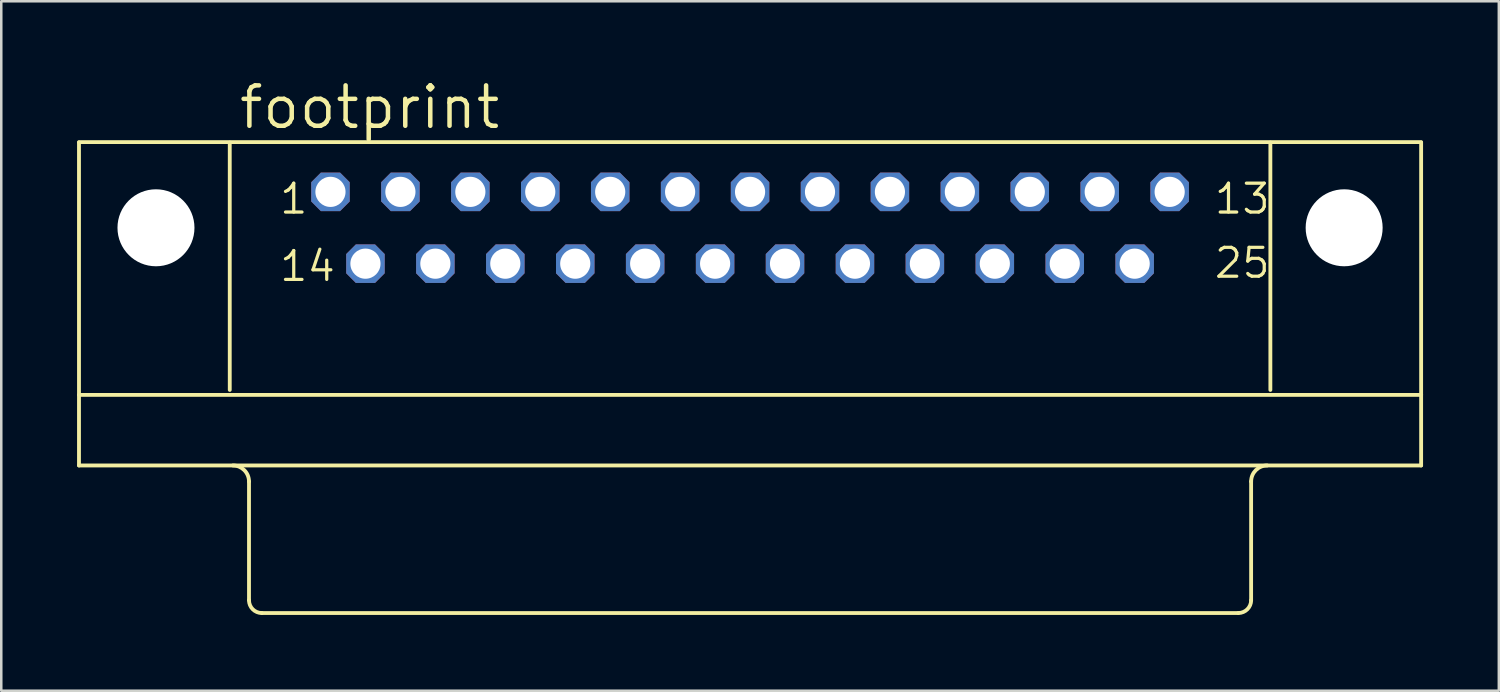
<source format=kicad_pcb>
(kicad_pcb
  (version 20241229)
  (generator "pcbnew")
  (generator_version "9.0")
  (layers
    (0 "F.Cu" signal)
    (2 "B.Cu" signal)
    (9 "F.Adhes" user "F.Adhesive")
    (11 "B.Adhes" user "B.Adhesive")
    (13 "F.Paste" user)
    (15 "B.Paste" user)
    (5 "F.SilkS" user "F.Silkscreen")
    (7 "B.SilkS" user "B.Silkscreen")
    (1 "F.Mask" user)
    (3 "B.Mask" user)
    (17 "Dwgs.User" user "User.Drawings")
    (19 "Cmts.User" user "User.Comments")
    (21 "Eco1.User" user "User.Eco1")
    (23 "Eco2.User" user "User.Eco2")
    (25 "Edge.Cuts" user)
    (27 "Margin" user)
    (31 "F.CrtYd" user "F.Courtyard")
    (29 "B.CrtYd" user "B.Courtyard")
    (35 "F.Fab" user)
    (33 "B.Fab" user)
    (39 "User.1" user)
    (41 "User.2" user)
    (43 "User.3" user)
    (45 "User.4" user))
  (footprint "footprint"
    (layer "F.Cu")
    (at 26.645 15.469)
    (property "Reference" "footprint" (at -20.32 -13.335 0) (layer "F.SilkS") (effects (font (size 1.6 1.6) (thickness 0.178)) (justify left bottom)))
    (fp_line (start -26.568 -12.875) (end -26.568 -0.091) (stroke (width 0.152) (type solid)) (layer "F.SilkS"))
    (fp_line (start -20.599 -12.875) (end -20.599 -3.082) (stroke (width 0.152) (type solid)) (layer "F.SilkS"))
    (fp_line (start -19.837 0.544) (end -19.837 5.243) (stroke (width 0.152) (type solid)) (layer "F.SilkS"))
    (fp_line (start 19.329 5.751) (end -19.329 5.751) (stroke (width 0.152) (type solid)) (layer "F.SilkS"))
    (fp_line (start 19.837 0.544) (end 19.837 5.243) (stroke (width 0.152) (type solid)) (layer "F.SilkS"))
    (fp_line (start 20.599 -3.082) (end 20.599 -12.875) (stroke (width 0.152) (type solid)) (layer "F.SilkS"))
    (fp_line (start 26.568 -12.893) (end -26.568 -12.893) (stroke (width 0.152) (type solid)) (layer "F.SilkS"))
    (fp_line (start 26.568 -12.875) (end 26.568 -2.885) (stroke (width 0.152) (type solid)) (layer "F.SilkS"))
    (fp_line (start 26.568 -2.885) (end -26.568 -2.885) (stroke (width 0.152) (type solid)) (layer "F.SilkS"))
    (fp_line (start 26.568 -2.885) (end 26.568 -0.091) (stroke (width 0.152) (type solid)) (layer "F.SilkS"))
    (fp_line (start 26.568 -0.091) (end -26.568 -0.091) (stroke (width 0.152) (type solid)) (layer "F.SilkS"))
    (fp_arc (start -20.4724 -0.091) (mid -20.023387 0.094987) (end -19.8374 0.544) (stroke (width 0.1524) (type solid)) (layer "F.SilkS"))
    (fp_arc (start -19.3294 5.751) (mid -19.68861 5.60221) (end -19.8374 5.243) (stroke (width 0.1524) (type solid)) (layer "F.SilkS"))
    (fp_arc (start 19.8374 0.544) (mid 20.023387 0.094987) (end 20.4724 -0.091) (stroke (width 0.1524) (type solid)) (layer "F.SilkS"))
    (fp_arc (start 19.8374 5.243) (mid 19.68861 5.60221) (end 19.3294 5.751) (stroke (width 0.1524) (type solid)) (layer "F.SilkS"))
    (fp_text user "25" (at 18.313 -7.438 0) (layer "F.SilkS") (effects (font (size 1.143 1.143) (thickness 0.127)) (justify left bottom)))
    (fp_text user "1" (at -18.694 -9.978 0) (layer "F.SilkS") (effects (font (size 1.143 1.143) (thickness 0.127)) (justify left bottom)))
    (fp_text user "14" (at -18.694 -7.311 0) (layer "F.SilkS") (effects (font (size 1.143 1.143) (thickness 0.127)) (justify left bottom)))
    (fp_text user "13" (at 18.313 -9.978 0) (layer "F.SilkS") (effects (font (size 1.143 1.143) (thickness 0.127)) (justify left bottom)))
    (pad "" np_thru_hole circle (at -23.52 -9.501) (size 3.048 3.048) (drill 3.048) (layers "*.Cu" "*.Mask"))
    (pad "" np_thru_hole circle (at 23.52 -9.501) (size 3.048 3.048) (drill 3.048) (layers "*.Cu" "*.Mask"))
    (pad "1" thru_hole roundrect (at -16.612 -10.923) (size 1.524 1.524) (drill 1.194) (layers "*.Cu" "*.Mask") (roundrect_rratio 0.25) (chamfer_ratio 0.25) (chamfer top_left top_right bottom_left bottom_right))
    (pad "2" thru_hole roundrect (at -13.843 -10.923) (size 1.524 1.524) (drill 1.194) (layers "*.Cu" "*.Mask") (roundrect_rratio 0.25) (chamfer_ratio 0.25) (chamfer top_left top_right bottom_left bottom_right))
    (pad "3" thru_hole roundrect (at -11.074 -10.923) (size 1.524 1.524) (drill 1.194) (layers "*.Cu" "*.Mask") (roundrect_rratio 0.25) (chamfer_ratio 0.25) (chamfer top_left top_right bottom_left bottom_right))
    (pad "4" thru_hole roundrect (at -8.306 -10.923) (size 1.524 1.524) (drill 1.194) (layers "*.Cu" "*.Mask") (roundrect_rratio 0.25) (chamfer_ratio 0.25) (chamfer top_left top_right bottom_left bottom_right))
    (pad "5" thru_hole roundrect (at -5.537 -10.923) (size 1.524 1.524) (drill 1.194) (layers "*.Cu" "*.Mask") (roundrect_rratio 0.25) (chamfer_ratio 0.25) (chamfer top_left top_right bottom_left bottom_right))
    (pad "6" thru_hole roundrect (at -2.769 -10.923) (size 1.524 1.524) (drill 1.194) (layers "*.Cu" "*.Mask") (roundrect_rratio 0.25) (chamfer_ratio 0.25) (chamfer top_left top_right bottom_left bottom_right))
    (pad "7" thru_hole roundrect (at 0 -10.923) (size 1.524 1.524) (drill 1.194) (layers "*.Cu" "*.Mask") (roundrect_rratio 0.25) (chamfer_ratio 0.25) (chamfer top_left top_right bottom_left bottom_right))
    (pad "8" thru_hole roundrect (at 2.769 -10.923) (size 1.524 1.524) (drill 1.194) (layers "*.Cu" "*.Mask") (roundrect_rratio 0.25) (chamfer_ratio 0.25) (chamfer top_left top_right bottom_left bottom_right))
    (pad "9" thru_hole roundrect (at 5.537 -10.923) (size 1.524 1.524) (drill 1.194) (layers "*.Cu" "*.Mask") (roundrect_rratio 0.25) (chamfer_ratio 0.25) (chamfer top_left top_right bottom_left bottom_right))
    (pad "10" thru_hole roundrect (at 8.306 -10.923) (size 1.524 1.524) (drill 1.194) (layers "*.Cu" "*.Mask") (roundrect_rratio 0.25) (chamfer_ratio 0.25) (chamfer top_left top_right bottom_left bottom_right))
    (pad "11" thru_hole roundrect (at 11.074 -10.923) (size 1.524 1.524) (drill 1.194) (layers "*.Cu" "*.Mask") (roundrect_rratio 0.25) (chamfer_ratio 0.25) (chamfer top_left top_right bottom_left bottom_right))
    (pad "12" thru_hole roundrect (at 13.843 -10.923) (size 1.524 1.524) (drill 1.194) (layers "*.Cu" "*.Mask") (roundrect_rratio 0.25) (chamfer_ratio 0.25) (chamfer top_left top_right bottom_left bottom_right))
    (pad "13" thru_hole roundrect (at 16.612 -10.923) (size 1.524 1.524) (drill 1.194) (layers "*.Cu" "*.Mask") (roundrect_rratio 0.25) (chamfer_ratio 0.25) (chamfer top_left top_right bottom_left bottom_right))
    (pad "14" thru_hole roundrect (at -15.227 -8.08) (size 1.524 1.524) (drill 1.194) (layers "*.Cu" "*.Mask") (roundrect_rratio 0.25) (chamfer_ratio 0.25) (chamfer top_left top_right bottom_left bottom_right))
    (pad "15" thru_hole roundrect (at -12.459 -8.08) (size 1.524 1.524) (drill 1.194) (layers "*.Cu" "*.Mask") (roundrect_rratio 0.25) (chamfer_ratio 0.25) (chamfer top_left top_right bottom_left bottom_right))
    (pad "16" thru_hole roundrect (at -9.69 -8.08) (size 1.524 1.524) (drill 1.194) (layers "*.Cu" "*.Mask") (roundrect_rratio 0.25) (chamfer_ratio 0.25) (chamfer top_left top_right bottom_left bottom_right))
    (pad "17" thru_hole roundrect (at -6.921 -8.08) (size 1.524 1.524) (drill 1.194) (layers "*.Cu" "*.Mask") (roundrect_rratio 0.25) (chamfer_ratio 0.25) (chamfer top_left top_right bottom_left bottom_right))
    (pad "18" thru_hole roundrect (at -4.153 -8.08) (size 1.524 1.524) (drill 1.194) (layers "*.Cu" "*.Mask") (roundrect_rratio 0.25) (chamfer_ratio 0.25) (chamfer top_left top_right bottom_left bottom_right))
    (pad "19" thru_hole roundrect (at -1.384 -8.08) (size 1.524 1.524) (drill 1.194) (layers "*.Cu" "*.Mask") (roundrect_rratio 0.25) (chamfer_ratio 0.25) (chamfer top_left top_right bottom_left bottom_right))
    (pad "20" thru_hole roundrect (at 1.384 -8.08) (size 1.524 1.524) (drill 1.194) (layers "*.Cu" "*.Mask") (roundrect_rratio 0.25) (chamfer_ratio 0.25) (chamfer top_left top_right bottom_left bottom_right))
    (pad "21" thru_hole roundrect (at 4.153 -8.08) (size 1.524 1.524) (drill 1.194) (layers "*.Cu" "*.Mask") (roundrect_rratio 0.25) (chamfer_ratio 0.25) (chamfer top_left top_right bottom_left bottom_right))
    (pad "22" thru_hole roundrect (at 6.921 -8.08) (size 1.524 1.524) (drill 1.194) (layers "*.Cu" "*.Mask") (roundrect_rratio 0.25) (chamfer_ratio 0.25) (chamfer top_left top_right bottom_left bottom_right))
    (pad "23" thru_hole roundrect (at 9.69 -8.08) (size 1.524 1.524) (drill 1.194) (layers "*.Cu" "*.Mask") (roundrect_rratio 0.25) (chamfer_ratio 0.25) (chamfer top_left top_right bottom_left bottom_right))
    (pad "24" thru_hole roundrect (at 12.459 -8.08) (size 1.524 1.524) (drill 1.194) (layers "*.Cu" "*.Mask") (roundrect_rratio 0.25) (chamfer_ratio 0.25) (chamfer top_left top_right bottom_left bottom_right))
    (pad "25" thru_hole roundrect (at 15.227 -8.08) (size 1.524 1.524) (drill 1.194) (layers "*.Cu" "*.Mask") (roundrect_rratio 0.25) (chamfer_ratio 0.25) (chamfer top_left top_right bottom_left bottom_right)))
  (gr_rect
    (start -3 -3)
    (end 56.289 24.296)
    (stroke (width 0.1) (type default))
    (fill no)
    (layer "Edge.Cuts")))
</source>
